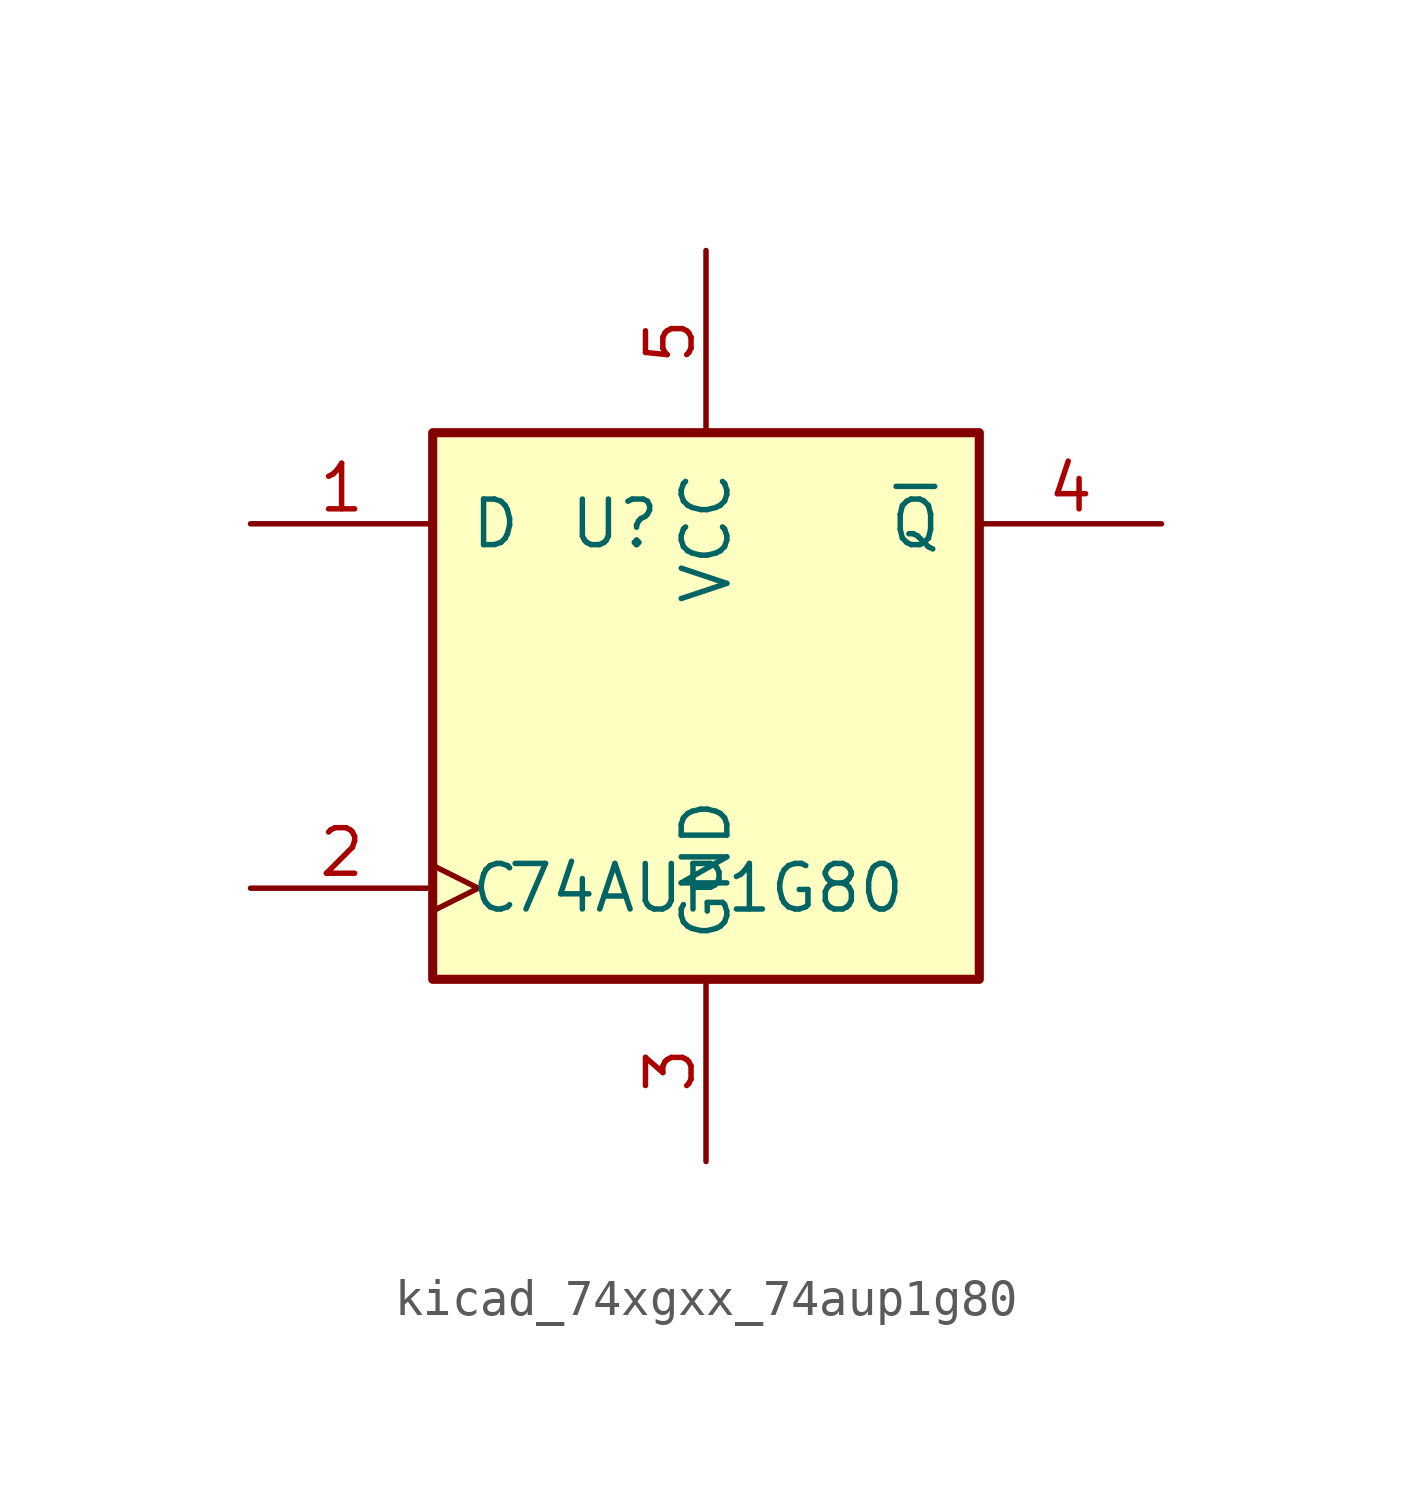
<source format=kicad_sym>
(kicad_symbol_lib
  (version 20220914)
  (generator kicad_symbol_editor)
  (symbol "kicad_74xgxx_74aup1g80"
    (pin_names
      (offset 1.016))
    (property "Reference" "U"
      (at -2.54 5.08 0)
      (effects (font (size 1.27 1.27))))
    (property "Value" "74AUP1G80"
      (at 0 -5.08 0)
      (effects (font (size 1.27 1.27))))
    (symbol "kicad_74xgxx_74aup1g80_0_1"
      (rectangle (start -7.62 7.62) (end 7.62 -7.62) (stroke (width 0.254) (type default)) (fill (type background))))
    (symbol "kicad_74xgxx_74aup1g80_1_1"
      (pin input line (at -12.7 5.08 0) (length 5.08) (name "D" (effects (font (size 1.27 1.27)))) (number "1" (effects (font (size 1.27 1.27)))))
      (pin input clock (at -12.7 -5.08 0) (length 5.08) (name "C" (effects (font (size 1.27 1.27)))) (number "2" (effects (font (size 1.27 1.27)))))
      (pin power_in line (at 0 -12.7 90) (length 5.08) (name "GND" (effects (font (size 1.27 1.27)))) (number "3" (effects (font (size 1.27 1.27)))))
      (pin output line (at 12.7 5.08 180) (length 5.08) (name "~{Q}" (effects (font (size 1.27 1.27)))) (number "4" (effects (font (size 1.27 1.27)))))
      (pin power_in line (at 0 12.7 270) (length 5.08) (name "VCC" (effects (font (size 1.27 1.27)))) (number "5" (effects (font (size 1.27 1.27))))))))
</source>
